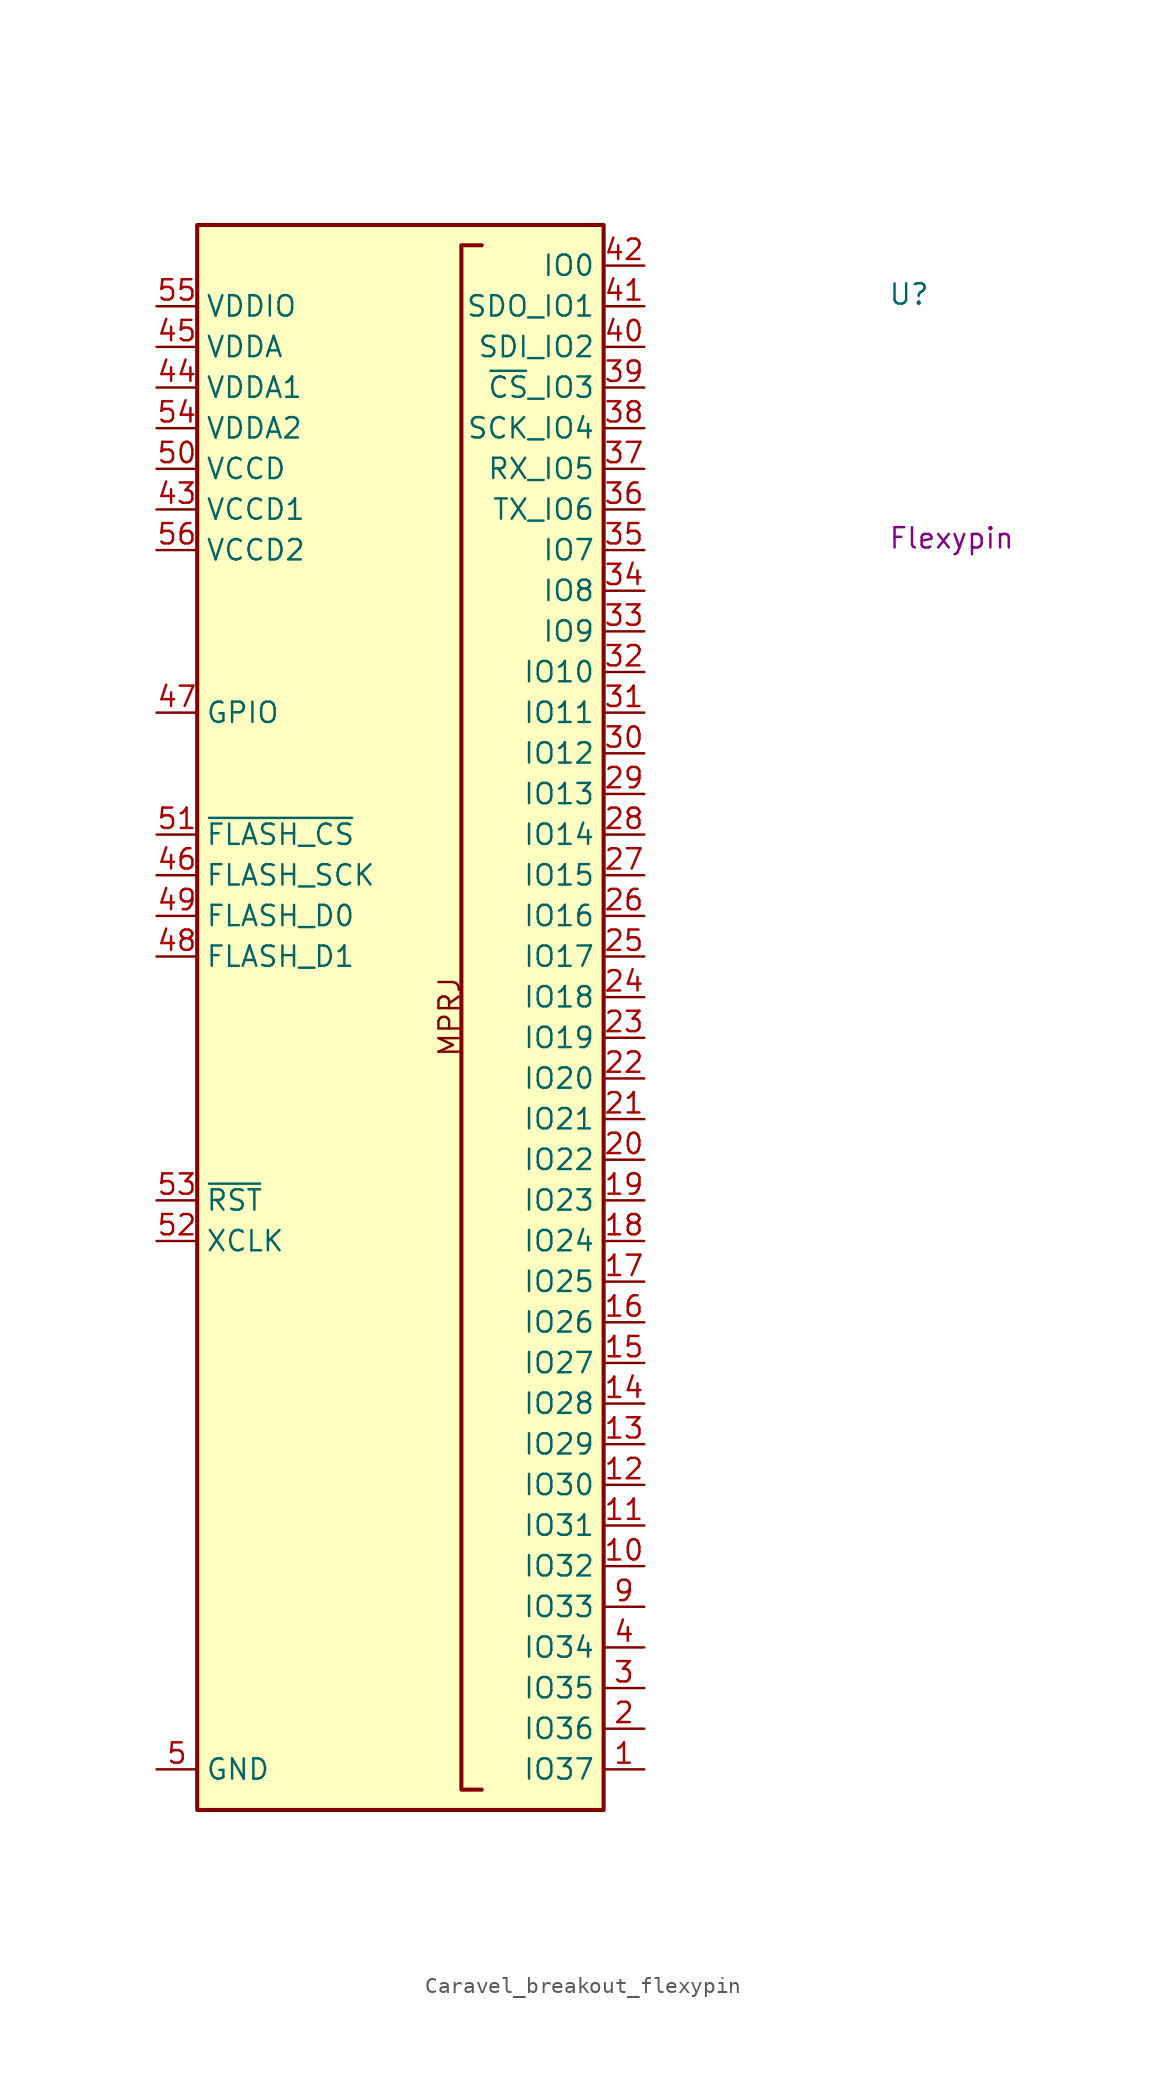
<source format=kicad_sym>
(kicad_symbol_lib
  (version 20220914)
  (generator kicad_symbol_editor)
  (symbol "Caravel_breakout_flexypin"
    (property "Reference" "U"
      (at 45.72 0 0)
      (effects (font (size 1.27 1.27) (thickness 0.15)) (justify left bottom)))
    (property "MPN" "Flexypin"
      (at 45.72 -15.24 0)
      (effects (font (size 1.27 1.27)) (justify left bottom)))
    (symbol "Caravel_breakout_flexypin_1_1"
      (polyline (pts (xy 20.32 3.81) (xy 19.05 3.81) (xy 19.05 -92.71) (xy 20.32 -92.71)) (stroke (width 0.254) (type default)) (fill (type background)))
      (rectangle (start 2.54 5.08) (end 27.94 -93.98) (stroke (width 0.254) (type default)) (fill (type background)))
      (text "MPRJ" (at 19.05 -46.99 900) (effects (font (size 1.27 1.27) (thickness 0.15)) (justify left bottom)))
      (pin bidirectional line (at 30.48 -91.44 180) (length 2.54) (name "IO37" (effects (font (size 1.27 1.27)))) (number "1" (effects (font (size 1.27 1.27)))))
      (pin bidirectional line (at 30.48 -78.74 180) (length 2.54) (name "IO32" (effects (font (size 1.27 1.27)))) (number "10" (effects (font (size 1.27 1.27)))))
      (pin bidirectional line (at 30.48 -76.2 180) (length 2.54) (name "IO31" (effects (font (size 1.27 1.27)))) (number "11" (effects (font (size 1.27 1.27)))))
      (pin bidirectional line (at 30.48 -73.66 180) (length 2.54) (name "IO30" (effects (font (size 1.27 1.27)))) (number "12" (effects (font (size 1.27 1.27)))))
      (pin bidirectional line (at 30.48 -71.12 180) (length 2.54) (name "IO29" (effects (font (size 1.27 1.27)))) (number "13" (effects (font (size 1.27 1.27)))))
      (pin bidirectional line (at 30.48 -68.58 180) (length 2.54) (name "IO28" (effects (font (size 1.27 1.27)))) (number "14" (effects (font (size 1.27 1.27)))))
      (pin bidirectional line (at 30.48 -66.04 180) (length 2.54) (name "IO27" (effects (font (size 1.27 1.27)))) (number "15" (effects (font (size 1.27 1.27)))))
      (pin bidirectional line (at 30.48 -63.5 180) (length 2.54) (name "IO26" (effects (font (size 1.27 1.27)))) (number "16" (effects (font (size 1.27 1.27)))))
      (pin bidirectional line (at 30.48 -60.96 180) (length 2.54) (name "IO25" (effects (font (size 1.27 1.27)))) (number "17" (effects (font (size 1.27 1.27)))))
      (pin bidirectional line (at 30.48 -58.42 180) (length 2.54) (name "IO24" (effects (font (size 1.27 1.27)))) (number "18" (effects (font (size 1.27 1.27)))))
      (pin bidirectional line (at 30.48 -55.88 180) (length 2.54) (name "IO23" (effects (font (size 1.27 1.27)))) (number "19" (effects (font (size 1.27 1.27)))))
      (pin bidirectional line (at 30.48 -88.9 180) (length 2.54) (name "IO36" (effects (font (size 1.27 1.27)))) (number "2" (effects (font (size 1.27 1.27)))))
      (pin bidirectional line (at 30.48 -53.34 180) (length 2.54) (name "IO22" (effects (font (size 1.27 1.27)))) (number "20" (effects (font (size 1.27 1.27)))))
      (pin bidirectional line (at 30.48 -50.8 180) (length 2.54) (name "IO21" (effects (font (size 1.27 1.27)))) (number "21" (effects (font (size 1.27 1.27)))))
      (pin bidirectional line (at 30.48 -48.26 180) (length 2.54) (name "IO20" (effects (font (size 1.27 1.27)))) (number "22" (effects (font (size 1.27 1.27)))))
      (pin bidirectional line (at 30.48 -45.72 180) (length 2.54) (name "IO19" (effects (font (size 1.27 1.27)))) (number "23" (effects (font (size 1.27 1.27)))))
      (pin bidirectional line (at 30.48 -43.18 180) (length 2.54) (name "IO18" (effects (font (size 1.27 1.27)))) (number "24" (effects (font (size 1.27 1.27)))))
      (pin bidirectional line (at 30.48 -40.64 180) (length 2.54) (name "IO17" (effects (font (size 1.27 1.27)))) (number "25" (effects (font (size 1.27 1.27)))))
      (pin bidirectional line (at 30.48 -38.1 180) (length 2.54) (name "IO16" (effects (font (size 1.27 1.27)))) (number "26" (effects (font (size 1.27 1.27)))))
      (pin bidirectional line (at 30.48 -35.56 180) (length 2.54) (name "IO15" (effects (font (size 1.27 1.27)))) (number "27" (effects (font (size 1.27 1.27)))))
      (pin bidirectional line (at 30.48 -33.02 180) (length 2.54) (name "IO14" (effects (font (size 1.27 1.27)))) (number "28" (effects (font (size 1.27 1.27)))))
      (pin bidirectional line (at 30.48 -30.48 180) (length 2.54) (name "IO13" (effects (font (size 1.27 1.27)))) (number "29" (effects (font (size 1.27 1.27)))))
      (pin bidirectional line (at 30.48 -86.36 180) (length 2.54) (name "IO35" (effects (font (size 1.27 1.27)))) (number "3" (effects (font (size 1.27 1.27)))))
      (pin bidirectional line (at 30.48 -27.94 180) (length 2.54) (name "IO12" (effects (font (size 1.27 1.27)))) (number "30" (effects (font (size 1.27 1.27)))))
      (pin bidirectional line (at 30.48 -25.4 180) (length 2.54) (name "IO11" (effects (font (size 1.27 1.27)))) (number "31" (effects (font (size 1.27 1.27)))))
      (pin bidirectional line (at 30.48 -22.86 180) (length 2.54) (name "IO10" (effects (font (size 1.27 1.27)))) (number "32" (effects (font (size 1.27 1.27)))))
      (pin bidirectional line (at 30.48 -20.32 180) (length 2.54) (name "IO9" (effects (font (size 1.27 1.27)))) (number "33" (effects (font (size 1.27 1.27)))))
      (pin bidirectional line (at 30.48 -17.78 180) (length 2.54) (name "IO8" (effects (font (size 1.27 1.27)))) (number "34" (effects (font (size 1.27 1.27)))))
      (pin bidirectional line (at 30.48 -15.24 180) (length 2.54) (name "IO7" (effects (font (size 1.27 1.27)))) (number "35" (effects (font (size 1.27 1.27)))))
      (pin bidirectional line (at 30.48 -12.7 180) (length 2.54) (name "TX_IO6" (effects (font (size 1.27 1.27)))) (number "36" (effects (font (size 1.27 1.27)))) (alternate "IO6" bidirectional line) (alternate "TX" output line))
      (pin bidirectional line (at 30.48 -10.16 180) (length 2.54) (name "RX_IO5" (effects (font (size 1.27 1.27)))) (number "37" (effects (font (size 1.27 1.27)))) (alternate "IO5" bidirectional line) (alternate "RX" bidirectional line))
      (pin bidirectional line (at 30.48 -7.62 180) (length 2.54) (name "SCK_IO4" (effects (font (size 1.27 1.27)))) (number "38" (effects (font (size 1.27 1.27)))) (alternate "IO4" bidirectional line) (alternate "SCK" output line))
      (pin bidirectional line (at 30.48 -5.08 180) (length 2.54) (name "~{CS}_IO3" (effects (font (size 1.27 1.27)))) (number "39" (effects (font (size 1.27 1.27)))) (alternate "IO3" bidirectional line) (alternate "~{CS}" bidirectional line))
      (pin bidirectional line (at 30.48 -83.82 180) (length 2.54) (name "IO34" (effects (font (size 1.27 1.27)))) (number "4" (effects (font (size 1.27 1.27)))))
      (pin bidirectional line (at 30.48 -2.54 180) (length 2.54) (name "SDI_IO2" (effects (font (size 1.27 1.27)))) (number "40" (effects (font (size 1.27 1.27)))) (alternate "IO2" bidirectional line) (alternate "SDI" bidirectional line))
      (pin bidirectional line (at 30.48 0 180) (length 2.54) (name "SDO_IO1" (effects (font (size 1.27 1.27)))) (number "41" (effects (font (size 1.27 1.27)))) (alternate "IO0" bidirectional line) (alternate "SDO" bidirectional line))
      (pin bidirectional line (at 30.48 2.54 180) (length 2.54) (name "IO0" (effects (font (size 1.27 1.27)))) (number "42" (effects (font (size 1.27 1.27)))))
      (pin power_in line (at 0 -12.7 0) (length 2.54) (name "VCCD1" (effects (font (size 1.27 1.27)))) (number "43" (effects (font (size 1.27 1.27)))))
      (pin power_in line (at 0 -5.08 0) (length 2.54) (name "VDDA1" (effects (font (size 1.27 1.27)))) (number "44" (effects (font (size 1.27 1.27)))))
      (pin power_in line (at 0 -2.54 0) (length 2.54) (name "VDDA" (effects (font (size 1.27 1.27)))) (number "45" (effects (font (size 1.27 1.27)))))
      (pin output line (at 0 -35.56 0) (length 2.54) (name "FLASH_SCK" (effects (font (size 1.27 1.27)))) (number "46" (effects (font (size 1.27 1.27)))))
      (pin bidirectional line (at 0 -25.4 0) (length 2.54) (name "GPIO" (effects (font (size 1.27 1.27)))) (number "47" (effects (font (size 1.27 1.27)))))
      (pin bidirectional line (at 0 -40.64 0) (length 2.54) (name "FLASH_D1" (effects (font (size 1.27 1.27)))) (number "48" (effects (font (size 1.27 1.27)))))
      (pin bidirectional line (at 0 -38.1 0) (length 2.54) (name "FLASH_D0" (effects (font (size 1.27 1.27)))) (number "49" (effects (font (size 1.27 1.27)))))
      (pin power_in line (at 0 -91.44 0) (length 2.54) (name "GND" (effects (font (size 1.27 1.27)))) (number "5" (effects (font (size 1.27 1.27)))))
      (pin power_in line (at 0 -10.16 0) (length 2.54) (name "VCCD" (effects (font (size 1.27 1.27)))) (number "50" (effects (font (size 1.27 1.27)))))
      (pin output line (at 0 -33.02 0) (length 2.54) (name "~{FLASH_CS}" (effects (font (size 1.27 1.27)))) (number "51" (effects (font (size 1.27 1.27)))))
      (pin input line (at 0 -58.42 0) (length 2.54) (name "XCLK" (effects (font (size 1.27 1.27)))) (number "52" (effects (font (size 1.27 1.27)))))
      (pin input line (at 0 -55.88 0) (length 2.54) (name "~{RST}" (effects (font (size 1.27 1.27)))) (number "53" (effects (font (size 1.27 1.27)))))
      (pin power_in line (at 0 -7.62 0) (length 2.54) (name "VDDA2" (effects (font (size 1.27 1.27)))) (number "54" (effects (font (size 1.27 1.27)))))
      (pin power_in line (at 0 0 0) (length 2.54) (name "VDDIO" (effects (font (size 1.27 1.27)))) (number "55" (effects (font (size 1.27 1.27)))))
      (pin power_in line (at 0 -15.24 0) (length 2.54) (name "VCCD2" (effects (font (size 1.27 1.27)))) (number "56" (effects (font (size 1.27 1.27)))))
      (pin passive line (at 0 -10.16 0) (length 2.54) hide (name "VCCD" (effects (font (size 1.27 1.27)))) (number "6" (effects (font (size 1.27 1.27)))))
      (pin passive line (at 0 0 0) (length 2.54) hide (name "VDDIO" (effects (font (size 1.27 1.27)))) (number "7" (effects (font (size 1.27 1.27)))))
      (pin passive line (at 0 -91.44 0) (length 2.54) hide (name "GND" (effects (font (size 1.27 1.27)))) (number "8" (effects (font (size 1.27 1.27)))))
      (pin bidirectional line (at 30.48 -81.28 180) (length 2.54) (name "IO33" (effects (font (size 1.27 1.27)))) (number "9" (effects (font (size 1.27 1.27))))))))
</source>
